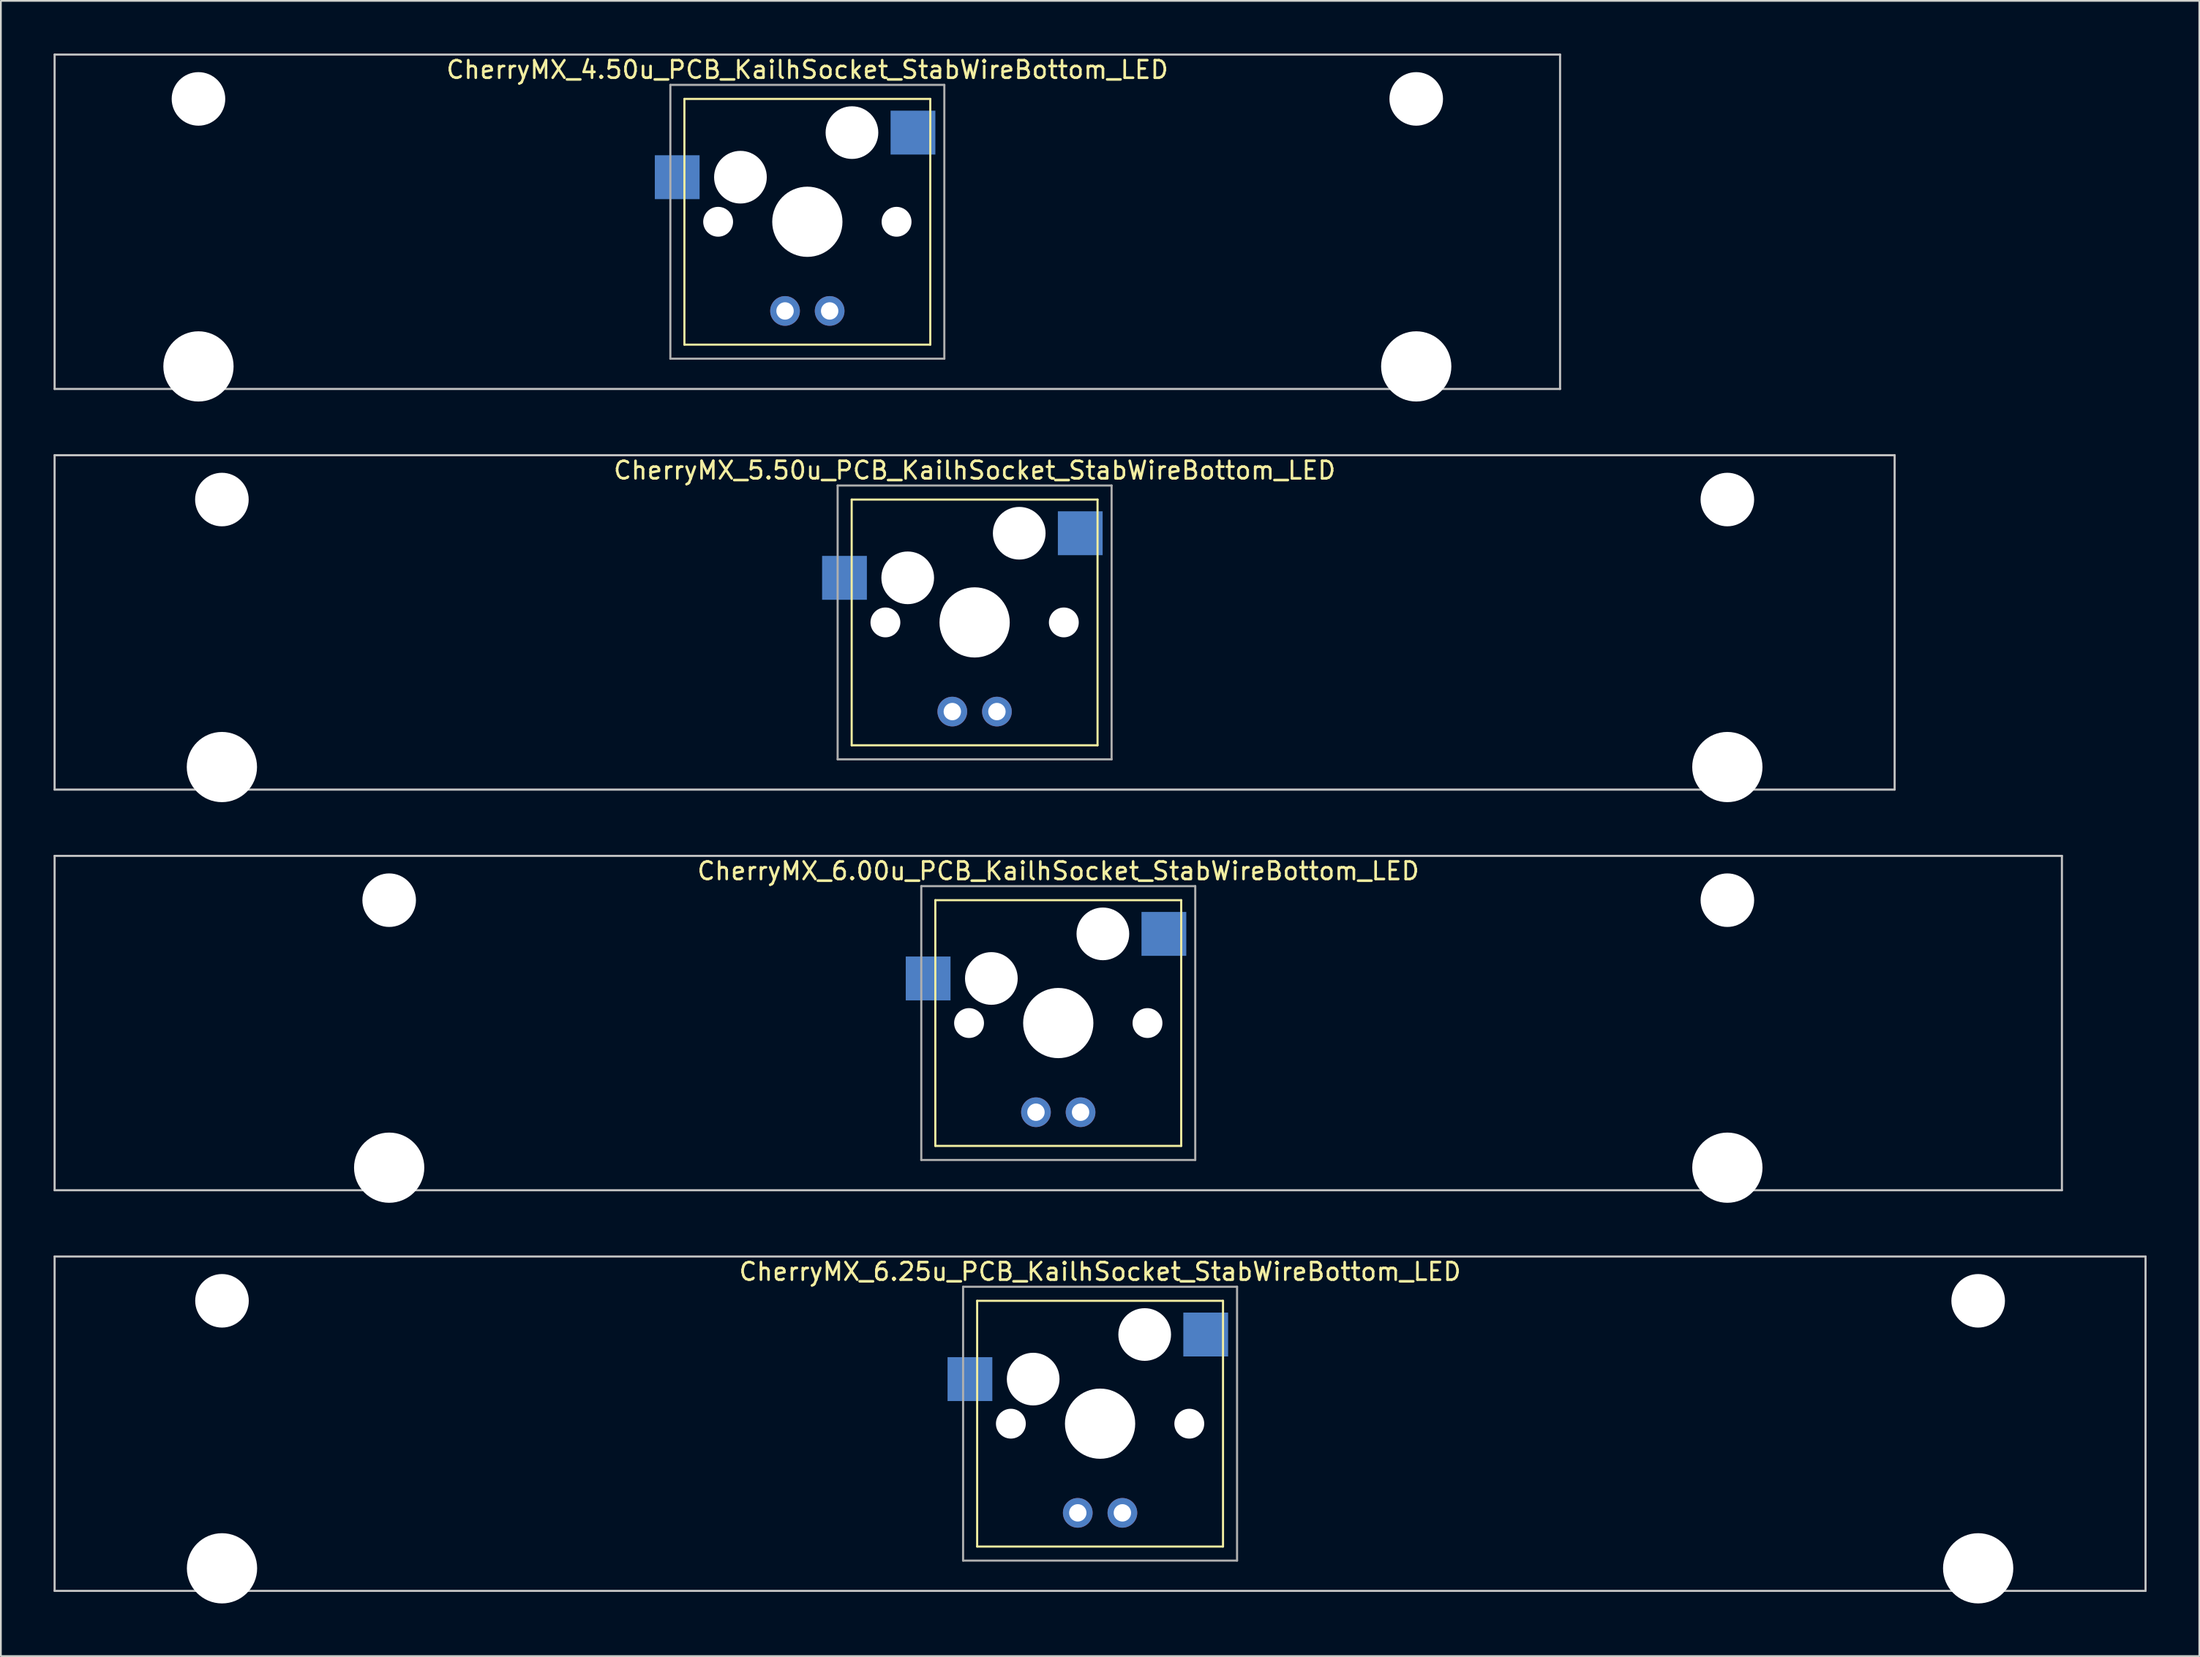
<source format=kicad_pcb>
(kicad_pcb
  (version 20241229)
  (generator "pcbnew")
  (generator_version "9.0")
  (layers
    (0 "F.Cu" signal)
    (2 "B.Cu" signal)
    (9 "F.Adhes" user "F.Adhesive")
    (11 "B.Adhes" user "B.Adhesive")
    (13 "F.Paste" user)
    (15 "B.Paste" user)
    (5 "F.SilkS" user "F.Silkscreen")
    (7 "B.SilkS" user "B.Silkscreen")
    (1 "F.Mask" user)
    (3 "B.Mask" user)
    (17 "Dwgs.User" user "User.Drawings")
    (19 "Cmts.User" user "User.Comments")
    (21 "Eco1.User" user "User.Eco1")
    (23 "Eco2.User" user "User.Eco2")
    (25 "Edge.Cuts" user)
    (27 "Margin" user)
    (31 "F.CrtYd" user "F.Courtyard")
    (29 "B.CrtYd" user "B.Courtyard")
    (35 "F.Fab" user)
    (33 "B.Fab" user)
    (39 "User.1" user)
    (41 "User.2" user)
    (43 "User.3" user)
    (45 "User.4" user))
  (footprint "CherryMX_4.50u_PCB_KailhSocket_StabWireBottom_LED"
    (layer "F.Cu")
    (at 42.922 9.585)
    (property "Reference" "CherryMX_4.50u_PCB_KailhSocket_StabWireBottom_LED" (at 0 -8.662 0) (layer "F.SilkS") (effects (font (size 1 1) (thickness 0.15))))
    (attr through_hole)
    (fp_line (start -7 -7) (end -7 7) (stroke (width 0.12) (type solid)) (layer "F.SilkS"))
    (fp_line (start -7 -7) (end 7 -7) (stroke (width 0.12) (type solid)) (layer "F.SilkS"))
    (fp_line (start 7 -7) (end 7 7) (stroke (width 0.12) (type solid)) (layer "F.SilkS"))
    (fp_line (start 7 7) (end -7 7) (stroke (width 0.12) (type solid)) (layer "F.SilkS"))
    (fp_line (start -42.862 -9.525) (end 42.862 -9.525) (stroke (width 0.12) (type solid)) (layer "Dwgs.User"))
    (fp_line (start -42.862 9.525) (end -42.862 -9.525) (stroke (width 0.12) (type solid)) (layer "Dwgs.User"))
    (fp_line (start 42.862 -9.525) (end 42.862 9.525) (stroke (width 0.12) (type solid)) (layer "Dwgs.User"))
    (fp_line (start 42.862 9.525) (end -42.862 9.525) (stroke (width 0.12) (type solid)) (layer "Dwgs.User"))
    (fp_line (start -7.8 -7.8) (end -7.8 7.8) (stroke (width 0.12) (type solid)) (layer "F.Fab"))
    (fp_line (start -7.8 -7.8) (end 7.8 -7.8) (stroke (width 0.12) (type solid)) (layer "F.Fab"))
    (fp_line (start -7.8 7.8) (end 7.8 7.8) (stroke (width 0.12) (type solid)) (layer "F.Fab"))
    (fp_line (start 7.8 -7.8) (end 7.8 7.8) (stroke (width 0.12) (type solid)) (layer "F.Fab"))
    (pad "" np_thru_hole circle (at -34.671 -7) (size 3.05 3.05) (drill 3.05) (layers "*.Cu" "*.Mask"))
    (pad "" np_thru_hole circle (at -34.671 8.24) (size 4 4) (drill 4) (layers "*.Cu" "*.Mask"))
    (pad "" np_thru_hole circle (at -5.08 0) (size 1.7 1.7) (drill 1.7) (layers "*.Cu" "*.Mask"))
    (pad "" np_thru_hole circle (at -3.81 -2.54) (size 3 3) (drill 3) (layers "*.Cu" "*.Mask"))
    (pad "" np_thru_hole circle (at 0 0) (size 4 4) (drill 4) (layers "*.Cu" "*.Mask"))
    (pad "" np_thru_hole circle (at 2.54 -5.08) (size 3 3) (drill 3) (layers "*.Cu" "*.Mask"))
    (pad "" np_thru_hole circle (at 5.08 0) (size 1.7 1.7) (drill 1.7) (layers "*.Cu" "*.Mask"))
    (pad "" np_thru_hole circle (at 34.671 -7) (size 3.05 3.05) (drill 3.05) (layers "*.Cu" "*.Mask"))
    (pad "" np_thru_hole circle (at 34.671 8.24) (size 4 4) (drill 4) (layers "*.Cu" "*.Mask"))
    (pad "1" smd rect (at -7.41 -2.54) (size 2.55 2.5) (layers "B.Cu" "B.Mask" "B.Paste"))
    (pad "2" smd rect (at 6.015 -5.08) (size 2.55 2.5) (layers "B.Cu" "B.Mask" "B.Paste"))
    (pad "3" thru_hole circle (at -1.27 5.08) (size 1.691 1.691) (drill 0.991) (layers "*.Cu" "*.Mask"))
    (pad "4" thru_hole circle (at 1.27 5.08) (size 1.691 1.691) (drill 0.991) (layers "*.Cu" "*.Mask")))
  (footprint "CherryMX_6.00u_PCB_KailhSocket_StabWireBottom_LED"
    (layer "F.Cu")
    (at 57.21 55.235)
    (property "Reference" "CherryMX_6.00u_PCB_KailhSocket_StabWireBottom_LED" (at 0 -8.662 0) (layer "F.SilkS") (effects (font (size 1 1) (thickness 0.15))))
    (attr through_hole)
    (fp_line (start -7 -7) (end -7 7) (stroke (width 0.12) (type solid)) (layer "F.SilkS"))
    (fp_line (start -7 -7) (end 7 -7) (stroke (width 0.12) (type solid)) (layer "F.SilkS"))
    (fp_line (start 7 -7) (end 7 7) (stroke (width 0.12) (type solid)) (layer "F.SilkS"))
    (fp_line (start 7 7) (end -7 7) (stroke (width 0.12) (type solid)) (layer "F.SilkS"))
    (fp_line (start -57.15 -9.525) (end 57.15 -9.525) (stroke (width 0.12) (type solid)) (layer "Dwgs.User"))
    (fp_line (start -57.15 9.525) (end -57.15 -9.525) (stroke (width 0.12) (type solid)) (layer "Dwgs.User"))
    (fp_line (start 57.15 -9.525) (end 57.15 9.525) (stroke (width 0.12) (type solid)) (layer "Dwgs.User"))
    (fp_line (start 57.15 9.525) (end -57.15 9.525) (stroke (width 0.12) (type solid)) (layer "Dwgs.User"))
    (fp_line (start -7.8 -7.8) (end -7.8 7.8) (stroke (width 0.12) (type solid)) (layer "F.Fab"))
    (fp_line (start -7.8 -7.8) (end 7.8 -7.8) (stroke (width 0.12) (type solid)) (layer "F.Fab"))
    (fp_line (start -7.8 7.8) (end 7.8 7.8) (stroke (width 0.12) (type solid)) (layer "F.Fab"))
    (fp_line (start 7.8 -7.8) (end 7.8 7.8) (stroke (width 0.12) (type solid)) (layer "F.Fab"))
    (pad "" np_thru_hole circle (at -38.1 -7) (size 3.05 3.05) (drill 3.05) (layers "*.Cu" "*.Mask"))
    (pad "" np_thru_hole circle (at -38.1 8.24) (size 4 4) (drill 4) (layers "*.Cu" "*.Mask"))
    (pad "" np_thru_hole circle (at -5.08 0) (size 1.7 1.7) (drill 1.7) (layers "*.Cu" "*.Mask"))
    (pad "" np_thru_hole circle (at -3.81 -2.54) (size 3 3) (drill 3) (layers "*.Cu" "*.Mask"))
    (pad "" np_thru_hole circle (at 0 0) (size 4 4) (drill 4) (layers "*.Cu" "*.Mask"))
    (pad "" np_thru_hole circle (at 2.54 -5.08) (size 3 3) (drill 3) (layers "*.Cu" "*.Mask"))
    (pad "" np_thru_hole circle (at 5.08 0) (size 1.7 1.7) (drill 1.7) (layers "*.Cu" "*.Mask"))
    (pad "" np_thru_hole circle (at 38.1 -7) (size 3.05 3.05) (drill 3.05) (layers "*.Cu" "*.Mask"))
    (pad "" np_thru_hole circle (at 38.1 8.24) (size 4 4) (drill 4) (layers "*.Cu" "*.Mask"))
    (pad "1" smd rect (at -7.41 -2.54) (size 2.55 2.5) (layers "B.Cu" "B.Mask" "B.Paste"))
    (pad "2" smd rect (at 6.015 -5.08) (size 2.55 2.5) (layers "B.Cu" "B.Mask" "B.Paste"))
    (pad "3" thru_hole circle (at -1.27 5.08) (size 1.691 1.691) (drill 0.991) (layers "*.Cu" "*.Mask"))
    (pad "4" thru_hole circle (at 1.27 5.08) (size 1.691 1.691) (drill 0.991) (layers "*.Cu" "*.Mask")))
  (footprint "CherryMX_5.50u_PCB_KailhSocket_StabWireBottom_LED"
    (layer "F.Cu")
    (at 52.447 32.41)
    (property "Reference" "CherryMX_5.50u_PCB_KailhSocket_StabWireBottom_LED" (at 0 -8.662 0) (layer "F.SilkS") (effects (font (size 1 1) (thickness 0.15))))
    (attr through_hole)
    (fp_line (start -7 -7) (end -7 7) (stroke (width 0.12) (type solid)) (layer "F.SilkS"))
    (fp_line (start -7 -7) (end 7 -7) (stroke (width 0.12) (type solid)) (layer "F.SilkS"))
    (fp_line (start 7 -7) (end 7 7) (stroke (width 0.12) (type solid)) (layer "F.SilkS"))
    (fp_line (start 7 7) (end -7 7) (stroke (width 0.12) (type solid)) (layer "F.SilkS"))
    (fp_line (start -52.388 -9.525) (end 52.388 -9.525) (stroke (width 0.12) (type solid)) (layer "Dwgs.User"))
    (fp_line (start -52.388 9.525) (end -52.388 -9.525) (stroke (width 0.12) (type solid)) (layer "Dwgs.User"))
    (fp_line (start 52.388 -9.525) (end 52.388 9.525) (stroke (width 0.12) (type solid)) (layer "Dwgs.User"))
    (fp_line (start 52.388 9.525) (end -52.388 9.525) (stroke (width 0.12) (type solid)) (layer "Dwgs.User"))
    (fp_line (start -7.8 -7.8) (end -7.8 7.8) (stroke (width 0.12) (type solid)) (layer "F.Fab"))
    (fp_line (start -7.8 -7.8) (end 7.8 -7.8) (stroke (width 0.12) (type solid)) (layer "F.Fab"))
    (fp_line (start -7.8 7.8) (end 7.8 7.8) (stroke (width 0.12) (type solid)) (layer "F.Fab"))
    (fp_line (start 7.8 -7.8) (end 7.8 7.8) (stroke (width 0.12) (type solid)) (layer "F.Fab"))
    (pad "" np_thru_hole circle (at -42.862 -7) (size 3.05 3.05) (drill 3.05) (layers "*.Cu" "*.Mask"))
    (pad "" np_thru_hole circle (at -42.862 8.24) (size 4 4) (drill 4) (layers "*.Cu" "*.Mask"))
    (pad "" np_thru_hole circle (at -5.08 0) (size 1.7 1.7) (drill 1.7) (layers "*.Cu" "*.Mask"))
    (pad "" np_thru_hole circle (at -3.81 -2.54) (size 3 3) (drill 3) (layers "*.Cu" "*.Mask"))
    (pad "" np_thru_hole circle (at 0 0) (size 4 4) (drill 4) (layers "*.Cu" "*.Mask"))
    (pad "" np_thru_hole circle (at 2.54 -5.08) (size 3 3) (drill 3) (layers "*.Cu" "*.Mask"))
    (pad "" np_thru_hole circle (at 5.08 0) (size 1.7 1.7) (drill 1.7) (layers "*.Cu" "*.Mask"))
    (pad "" np_thru_hole circle (at 42.862 -7) (size 3.05 3.05) (drill 3.05) (layers "*.Cu" "*.Mask"))
    (pad "" np_thru_hole circle (at 42.862 8.24) (size 4 4) (drill 4) (layers "*.Cu" "*.Mask"))
    (pad "1" smd rect (at -7.41 -2.54) (size 2.55 2.5) (layers "B.Cu" "B.Mask" "B.Paste"))
    (pad "2" smd rect (at 6.015 -5.08) (size 2.55 2.5) (layers "B.Cu" "B.Mask" "B.Paste"))
    (pad "3" thru_hole circle (at -1.27 5.08) (size 1.691 1.691) (drill 0.991) (layers "*.Cu" "*.Mask"))
    (pad "4" thru_hole circle (at 1.27 5.08) (size 1.691 1.691) (drill 0.991) (layers "*.Cu" "*.Mask")))
  (footprint "CherryMX_6.25u_PCB_KailhSocket_StabWireBottom_LED"
    (layer "F.Cu")
    (at 59.591 78.06)
    (property "Reference" "CherryMX_6.25u_PCB_KailhSocket_StabWireBottom_LED" (at 0 -8.662 0) (layer "F.SilkS") (effects (font (size 1 1) (thickness 0.15))))
    (attr through_hole)
    (fp_line (start -7 -7) (end -7 7) (stroke (width 0.12) (type solid)) (layer "F.SilkS"))
    (fp_line (start -7 -7) (end 7 -7) (stroke (width 0.12) (type solid)) (layer "F.SilkS"))
    (fp_line (start 7 -7) (end 7 7) (stroke (width 0.12) (type solid)) (layer "F.SilkS"))
    (fp_line (start 7 7) (end -7 7) (stroke (width 0.12) (type solid)) (layer "F.SilkS"))
    (fp_line (start -59.531 -9.525) (end 59.531 -9.525) (stroke (width 0.12) (type solid)) (layer "Dwgs.User"))
    (fp_line (start -59.531 9.525) (end -59.531 -9.525) (stroke (width 0.12) (type solid)) (layer "Dwgs.User"))
    (fp_line (start 59.531 -9.525) (end 59.531 9.525) (stroke (width 0.12) (type solid)) (layer "Dwgs.User"))
    (fp_line (start 59.531 9.525) (end -59.531 9.525) (stroke (width 0.12) (type solid)) (layer "Dwgs.User"))
    (fp_line (start -7.8 -7.8) (end -7.8 7.8) (stroke (width 0.12) (type solid)) (layer "F.Fab"))
    (fp_line (start -7.8 -7.8) (end 7.8 -7.8) (stroke (width 0.12) (type solid)) (layer "F.Fab"))
    (fp_line (start -7.8 7.8) (end 7.8 7.8) (stroke (width 0.12) (type solid)) (layer "F.Fab"))
    (fp_line (start 7.8 -7.8) (end 7.8 7.8) (stroke (width 0.12) (type solid)) (layer "F.Fab"))
    (pad "" np_thru_hole circle (at -50 -7) (size 3.05 3.05) (drill 3.05) (layers "*.Cu" "*.Mask"))
    (pad "" np_thru_hole circle (at -50 8.24) (size 4 4) (drill 4) (layers "*.Cu" "*.Mask"))
    (pad "" np_thru_hole circle (at -5.08 0) (size 1.7 1.7) (drill 1.7) (layers "*.Cu" "*.Mask"))
    (pad "" np_thru_hole circle (at -3.81 -2.54) (size 3 3) (drill 3) (layers "*.Cu" "*.Mask"))
    (pad "" np_thru_hole circle (at 0 0) (size 4 4) (drill 4) (layers "*.Cu" "*.Mask"))
    (pad "" np_thru_hole circle (at 2.54 -5.08) (size 3 3) (drill 3) (layers "*.Cu" "*.Mask"))
    (pad "" np_thru_hole circle (at 5.08 0) (size 1.7 1.7) (drill 1.7) (layers "*.Cu" "*.Mask"))
    (pad "" np_thru_hole circle (at 50 -7) (size 3.05 3.05) (drill 3.05) (layers "*.Cu" "*.Mask"))
    (pad "" np_thru_hole circle (at 50 8.24) (size 4 4) (drill 4) (layers "*.Cu" "*.Mask"))
    (pad "1" smd rect (at -7.41 -2.54) (size 2.55 2.5) (layers "B.Cu" "B.Mask" "B.Paste"))
    (pad "2" smd rect (at 6.015 -5.08) (size 2.55 2.5) (layers "B.Cu" "B.Mask" "B.Paste"))
    (pad "3" thru_hole circle (at -1.27 5.08) (size 1.691 1.691) (drill 0.991) (layers "*.Cu" "*.Mask"))
    (pad "4" thru_hole circle (at 1.27 5.08) (size 1.691 1.691) (drill 0.991) (layers "*.Cu" "*.Mask")))
  (gr_rect
    (start -3 -3)
    (end 122.183 91.3)
    (stroke (width 0.1) (type default))
    (fill no)
    (layer "Edge.Cuts")))
</source>
